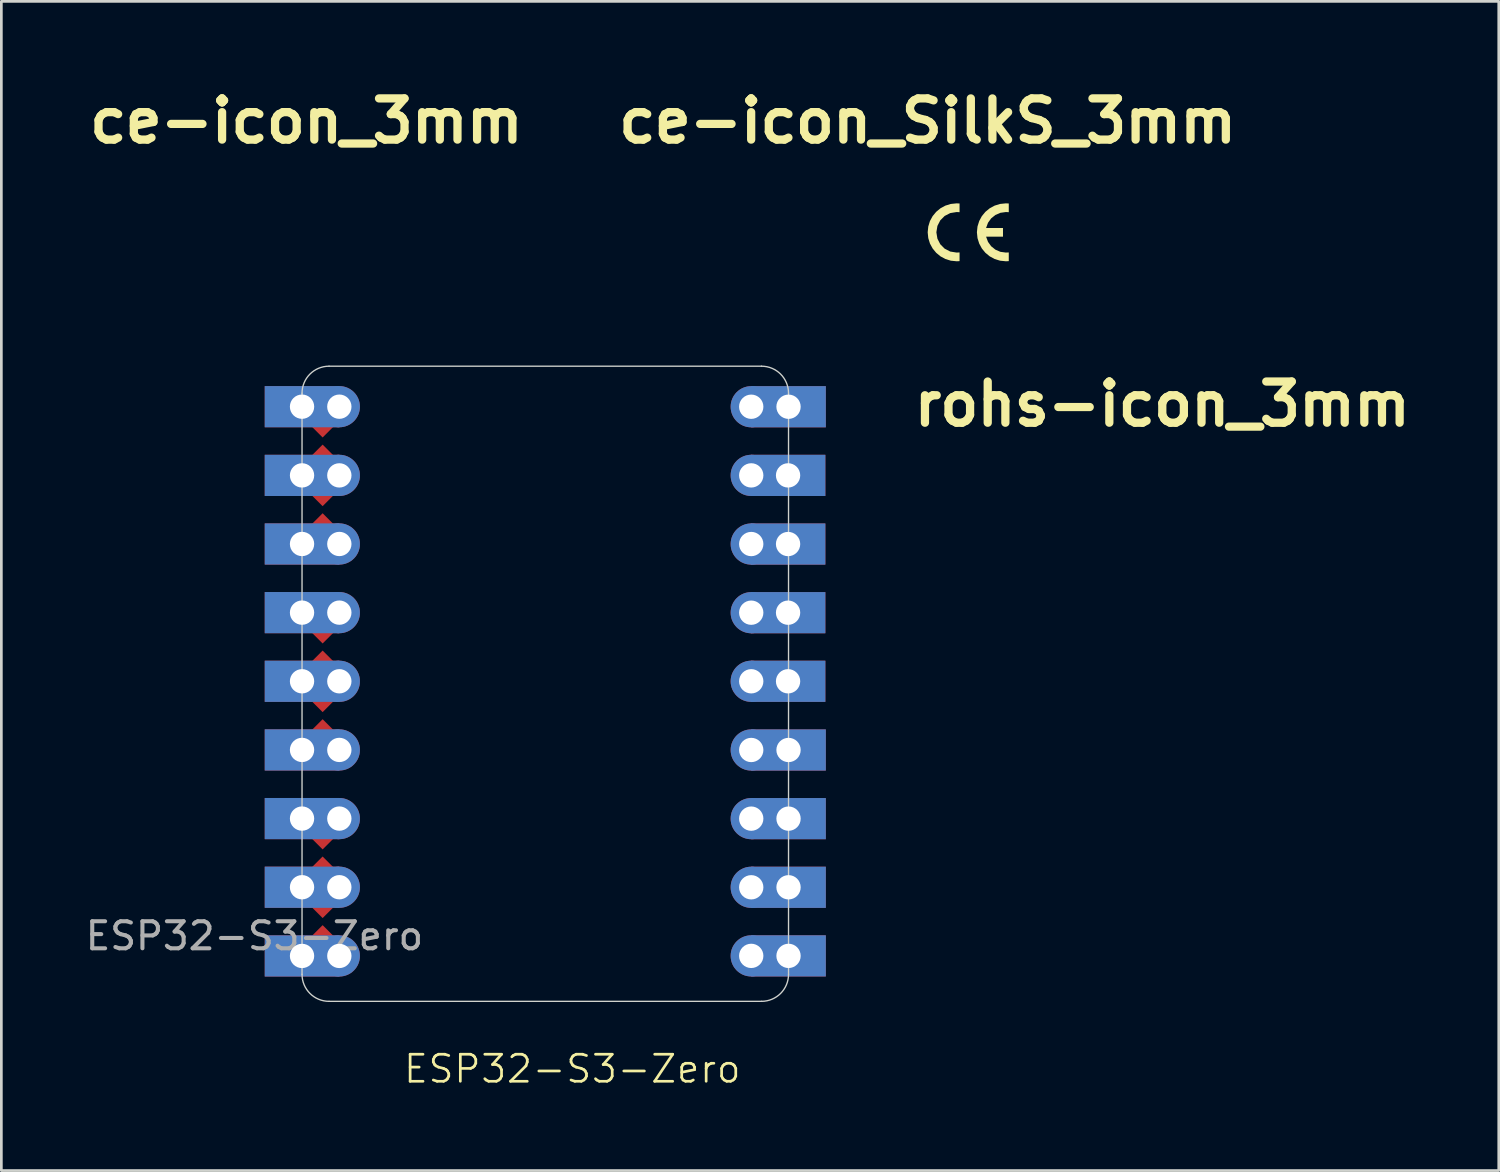
<source format=kicad_pcb>
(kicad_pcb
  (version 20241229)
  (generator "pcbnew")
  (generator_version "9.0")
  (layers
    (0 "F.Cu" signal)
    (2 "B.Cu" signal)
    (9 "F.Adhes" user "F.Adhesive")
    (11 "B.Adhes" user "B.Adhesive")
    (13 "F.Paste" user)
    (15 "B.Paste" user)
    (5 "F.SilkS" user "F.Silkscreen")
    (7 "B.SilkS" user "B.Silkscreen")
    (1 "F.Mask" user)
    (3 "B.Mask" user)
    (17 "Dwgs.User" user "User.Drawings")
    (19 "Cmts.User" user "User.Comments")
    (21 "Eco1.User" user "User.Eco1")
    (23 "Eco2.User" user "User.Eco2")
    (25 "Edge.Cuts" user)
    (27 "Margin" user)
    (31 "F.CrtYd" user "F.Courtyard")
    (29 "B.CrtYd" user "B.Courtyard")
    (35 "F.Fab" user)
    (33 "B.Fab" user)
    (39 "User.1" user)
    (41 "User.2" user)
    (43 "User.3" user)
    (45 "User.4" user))
  (footprint "ce-icon_SilkS_3mm"
    (layer "F.Cu")
    (at 31.274 4.474)
    (property "Reference" "ce-icon_SilkS_3mm" (at 0 -3.048 0) (layer "F.SilkS") (effects (font (size 1.524 1.524) (thickness 0.305))))
    (attr exclude_from_pos_files exclude_from_bom)
    (fp_poly (pts (xy 1.179 2.138) (xy 1.071 2.143) (xy 0.855 2.121) (xy 0.654 2.059) (xy 0.472 1.96) (xy 0.314 1.829) (xy 0.183 1.67) (xy 0.084 1.488) (xy 0.022 1.287) (xy 0 1.071) (xy 0.022 0.855) (xy 0.084 0.654) (xy 0.183 0.472) (xy 0.314 0.314) (xy 0.472 0.183) (xy 0.654 0.084) (xy 0.855 0.022) (xy 1.071 0) (xy 1.179 0.005) (xy 1.179 0.327) (xy 1.071 0.321) (xy 0.834 0.36) (xy 0.628 0.466) (xy 0.466 0.628) (xy 0.36 0.834) (xy 0.321 1.071) (xy 0.36 1.308) (xy 0.466 1.514) (xy 0.628 1.677) (xy 0.834 1.783) (xy 1.071 1.821) (xy 1.179 1.816) (xy 1.179 2.138)) (stroke (width 0) (type solid)) (fill yes) (layer "F.SilkS"))
    (fp_poly (pts (xy 3 2.138) (xy 2.893 2.143) (xy 2.677 2.121) (xy 2.476 2.059) (xy 2.294 1.96) (xy 2.135 1.829) (xy 2.004 1.67) (xy 1.906 1.488) (xy 1.843 1.287) (xy 1.821 1.071) (xy 1.843 0.855) (xy 1.906 0.654) (xy 2.004 0.472) (xy 2.135 0.314) (xy 2.294 0.183) (xy 2.476 0.084) (xy 2.677 0.022) (xy 2.893 0) (xy 3 0.005) (xy 3 0.327) (xy 2.893 0.321) (xy 2.689 0.35) (xy 2.505 0.43) (xy 2.349 0.555) (xy 2.232 0.717) (xy 2.16 0.911) (xy 2.786 0.911) (xy 2.786 1.232) (xy 2.16 1.232) (xy 2.232 1.426) (xy 2.349 1.588) (xy 2.505 1.713) (xy 2.689 1.793) (xy 2.893 1.821) (xy 3 1.816) (xy 3 2.138)) (stroke (width 0) (type solid)) (fill yes) (layer "F.SilkS")))
  (footprint "ce-icon_3mm"
    (layer "F.Cu")
    (at 8.288 4.474)
    (property "Reference" "ce-icon_3mm" (at 0 -3.048 0) (layer "F.SilkS") (effects (font (size 1.524 1.524) (thickness 0.305))))
    (attr exclude_from_pos_files exclude_from_bom)
    (fp_poly (pts (xy 1.65 2.993) (xy 1.5 3) (xy 1.257 2.98) (xy 1.026 2.924) (xy 0.811 2.833) (xy 0.614 2.711) (xy 0.439 2.561) (xy 0.289 2.386) (xy 0.167 2.189) (xy 0.076 1.974) (xy 0.02 1.743) (xy 0 1.5) (xy 0.02 1.257) (xy 0.076 1.026) (xy 0.167 0.811) (xy 0.289 0.614) (xy 0.439 0.439) (xy 0.614 0.289) (xy 0.811 0.167) (xy 1.026 0.076) (xy 1.257 0.02) (xy 1.5 0) (xy 1.65 0.007) (xy 1.65 0.458) (xy 1.5 0.45) (xy 1.259 0.478) (xy 1.038 0.557) (xy 0.843 0.681) (xy 0.681 0.843) (xy 0.557 1.038) (xy 0.478 1.259) (xy 0.45 1.5) (xy 0.478 1.741) (xy 0.557 1.962) (xy 0.681 2.157) (xy 0.843 2.319) (xy 1.038 2.443) (xy 1.259 2.522) (xy 1.5 2.55) (xy 1.65 2.542) (xy 1.65 2.993)) (stroke (width 0) (type solid)) (fill yes) (layer "F.Mask"))
    (fp_poly (pts (xy 4.2 2.993) (xy 4.05 3) (xy 3.807 2.98) (xy 3.576 2.924) (xy 3.361 2.833) (xy 3.164 2.711) (xy 2.989 2.561) (xy 2.839 2.386) (xy 2.717 2.189) (xy 2.626 1.974) (xy 2.57 1.743) (xy 2.55 1.5) (xy 2.57 1.257) (xy 2.626 1.026) (xy 2.717 0.811) (xy 2.839 0.614) (xy 2.989 0.439) (xy 3.164 0.289) (xy 3.361 0.167) (xy 3.576 0.076) (xy 3.807 0.02) (xy 4.05 0) (xy 4.2 0.007) (xy 4.2 0.458) (xy 4.05 0.45) (xy 3.81 0.478) (xy 3.588 0.557) (xy 3.392 0.682) (xy 3.228 0.847) (xy 3.103 1.047) (xy 3.024 1.275) (xy 3.9 1.275) (xy 3.9 1.725) (xy 3.024 1.725) (xy 3.103 1.953) (xy 3.228 2.153) (xy 3.392 2.318) (xy 3.588 2.443) (xy 3.81 2.522) (xy 4.05 2.55) (xy 4.2 2.542) (xy 4.2 2.993)) (stroke (width 0) (type solid)) (fill yes) (layer "F.Mask")))
  (footprint "rohs-icon_3mm"
    (layer "F.Cu")
    (at 39.954 14.979)
    (property "Reference" "rohs-icon_3mm" (at 0 -3.078 0) (layer "F.SilkS") (effects (font (size 1.524 1.524) (thickness 0.305))))
    (attr exclude_from_pos_files exclude_from_bom)
    (fp_poly (pts (xy 1.573 2.219) (xy 1.573 1.935) (xy 1.646 1.935) (xy 1.646 2.167) (xy 1.862 2.167) (xy 1.862 1.935) (xy 1.935 1.935) (xy 1.935 2.502) (xy 1.863 2.502) (xy 1.862 2.366) (xy 1.861 2.23) (xy 1.647 2.23) (xy 1.646 2.366) (xy 1.646 2.502) (xy 1.573 2.502) (xy 1.573 2.219)) (stroke (width 0) (type solid)) (fill yes) (layer "F.Mask"))
    (fp_poly (pts (xy 1.223 2.503) (xy 1.158 2.461) (xy 1.106 2.309) (xy 1.177 2.1) (xy 1.377 2.089) (xy 1.438 2.156) (xy 1.463 2.332) (xy 1.357 2.499) (xy 1.259 2.502) (xy 1.259 2.453) (xy 1.333 2.444) (xy 1.384 2.375) (xy 1.386 2.207) (xy 1.285 2.125) (xy 1.198 2.173) (xy 1.195 2.4) (xy 1.259 2.453) (xy 1.259 2.502) (xy 1.223 2.503)) (stroke (width 0) (type solid)) (fill yes) (layer "F.Mask"))
    (fp_poly (pts (xy 2.136 2.504) (xy 2.08 2.489) (xy 2.049 2.478) (xy 2.049 2.401) (xy 2.09 2.421) (xy 2.233 2.451) (xy 2.323 2.398) (xy 2.314 2.29) (xy 2.21 2.245) (xy 2.084 2.193) (xy 2.043 2.086) (xy 2.09 1.976) (xy 2.228 1.927) (xy 2.349 1.947) (xy 2.372 1.955) (xy 2.372 1.991) (xy 2.369 2.026) (xy 2.341 2.012) (xy 2.2 1.988) (xy 2.118 2.05) (xy 2.125 2.127) (xy 2.23 2.176) (xy 2.39 2.276) (xy 2.401 2.348) (xy 2.389 2.423) (xy 2.278 2.504) (xy 2.136 2.504)) (stroke (width 0) (type solid)) (fill yes) (layer "F.Mask"))
    (fp_poly (pts (xy 0.637 2.218) (xy 0.637 1.934) (xy 0.743 1.936) (xy 0.905 1.958) (xy 0.983 2.071) (xy 0.887 2.228) (xy 0.868 2.233) (xy 0.888 2.242) (xy 1.01 2.425) (xy 1.048 2.502) (xy 0.97 2.502) (xy 0.929 2.414) (xy 0.874 2.307) (xy 0.747 2.259) (xy 0.713 2.259) (xy 0.713 2.502) (xy 0.713 2.202) (xy 0.76 2.202) (xy 0.83 2.197) (xy 0.895 2.157) (xy 0.905 2.101) (xy 0.896 2.046) (xy 0.835 2) (xy 0.764 1.996) (xy 0.713 1.996) (xy 0.713 2.202) (xy 0.713 2.502) (xy 0.637 2.502) (xy 0.637 2.218)) (stroke (width 0) (type solid)) (fill yes) (layer "F.Mask"))
    (fp_poly (pts (xy 1.318 1.919) (xy 1.216 1.769) (xy 1.127 1.667) (xy 0.975 1.524) (xy 0.826 1.385) (xy 1.015 1.219) (xy 1.144 1.135) (xy 1.16 1.135) (xy 1.18 1.182) (xy 1.253 1.348) (xy 1.301 1.449) (xy 1.341 1.469) (xy 1.445 1.267) (xy 1.531 1.086) (xy 1.626 0.903) (xy 1.735 0.721) (xy 1.83 0.584) (xy 1.96 0.45) (xy 2.048 0.383) (xy 2.022 0.399) (xy 2.067 0.417) (xy 2.057 0.601) (xy 2.063 0.878) (xy 2.025 1.01) (xy 1.878 1.145) (xy 1.757 1.293) (xy 1.614 1.494) (xy 1.501 1.677) (xy 1.404 1.861) (xy 1.362 1.943) (xy 1.318 1.919)) (stroke (width 0) (type solid)) (fill yes) (layer "F.Mask"))
    (fp_poly (pts (xy 1.394 2.998) (xy 1.202 2.972) (xy 1.034 2.928) (xy 0.806 2.832) (xy 0.597 2.701) (xy 0.412 2.536) (xy 0.256 2.342) (xy 0.14 2.141) (xy 0.059 1.926) (xy 0.009 1.693) (xy 0.000004 1.505) (xy 0.017 1.253) (xy 0.08 1.008) (xy 0.181 0.78) (xy 0.319 0.573) (xy 0.488 0.391) (xy 0.687 0.238) (xy 0.912 0.119) (xy 1.124 0.047) (xy 1.344 0.008) (xy 1.569 0.002) (xy 1.794 0.029) (xy 2.027 0.096) (xy 2.243 0.198) (xy 2.439 0.333) (xy 2.612 0.496) (xy 2.757 0.684) (xy 2.871 0.895) (xy 2.95 1.125) (xy 2.991 1.357) (xy 2.995 1.592) (xy 2.963 1.824) (xy 2.895 2.049) (xy 2.783 2.275) (xy 2.638 2.476) (xy 2.461 2.65) (xy 2.259 2.793) (xy 2.035 2.902) (xy 1.794 2.972) (xy 1.646 2.994) (xy 1.491 3) (xy 1.402 2.998) (xy 1.402 2.898) (xy 1.64 2.894) (xy 1.882 2.847) (xy 2.111 2.759) (xy 2.32 2.633) (xy 2.505 2.47) (xy 2.66 2.276) (xy 2.765 2.088) (xy 2.838 1.887) (xy 2.879 1.678) (xy 2.888 1.465) (xy 2.864 1.252) (xy 2.808 1.044) (xy 2.712 0.834) (xy 2.585 0.646) (xy 2.428 0.479) (xy 2.242 0.339) (xy 2.118 0.27) (xy 1.988 0.212) (xy 1.765 0.15) (xy 1.54 0.125) (xy 1.316 0.136) (xy 1.098 0.184) (xy 0.889 0.266) (xy 0.695 0.382) (xy 0.519 0.531) (xy 0.373 0.703) (xy 0.258 0.894) (xy 0.176 1.099) (xy 0.127 1.315) (xy 0.113 1.538) (xy 0.135 1.764) (xy 0.189 1.968) (xy 0.275 2.164) (xy 0.39 2.344) (xy 0.511 2.484) (xy 0.702 2.648) (xy 0.917 2.772) (xy 1.151 2.856) (xy 1.402 2.898) (xy 1.402 2.998) (xy 1.394 2.998)) (stroke (width 0) (type solid)) (fill yes) (layer "F.Mask")))
  (footprint "ESP32-S3-Zero"
    (layer "F.Cu")
    (at 8.125 27.999)
    (property "Reference" "ESP32-S3-Zero" (at 10 8.5 0) (unlocked yes) (layer "F.SilkS") (effects (font (size 1 1) (thickness 0.1))))
    (attr through_hole)
    (fp_line (start 0 5) (end 0 -16.5) (stroke (width 0.05) (type default)) (layer "Edge.Cuts"))
    (fp_line (start 17 -17.5) (end 1 -17.5) (stroke (width 0.05) (type default)) (layer "Edge.Cuts"))
    (fp_line (start 17 6) (end 1 6) (stroke (width 0.05) (type default)) (layer "Edge.Cuts"))
    (fp_line (start 18 -16.5) (end 18 5) (stroke (width 0.05) (type default)) (layer "Edge.Cuts"))
    (fp_arc (start 0 -16.5) (mid 0.292893 -17.207107) (end 1 -17.5) (stroke (width 0.05) (type default)) (layer "Edge.Cuts"))
    (fp_arc (start 1 6) (mid 0.292893 5.707107) (end 0 5) (stroke (width 0.05) (type default)) (layer "Edge.Cuts"))
    (fp_arc (start 17 -17.5) (mid 17.707107 -17.207107) (end 18 -16.5) (stroke (width 0.05) (type default)) (layer "Edge.Cuts"))
    (fp_arc (start 18 5) (mid 17.707107 5.707107) (end 17 6) (stroke (width 0.05) (type default)) (layer "Edge.Cuts"))
    (fp_text user "${REFERENCE}" (at -1.762 3.582 0) (unlocked yes) (layer "F.Fab") (effects (font (size 1 1) (thickness 0.15))))
    (pad "1" thru_hole rect (at 0 -16.002) (size 2.76 1.524) (drill 0.9) (layers "*.Cu" "*.Mask"))
    (pad "1" smd trapezoid (at 0.762 -15.113 180) (size 0.5 0.5) (rect_delta 0 0.5) (layers "F.Cu" "F.Mask" "F.Paste"))
    (pad "1" thru_hole circle (at 1.38 -16.002) (size 1.524 1.524) (drill 0.9) (layers "*.Cu" "*.Mask"))
    (pad "2" thru_hole rect (at 0 -13.46) (size 2.76 1.524) (drill 0.9) (layers "*.Cu" "*.Mask"))
    (pad "2" smd trapezoid (at 0.762 -14.349) (size 0.5 0.5) (rect_delta 0 0.5) (layers "F.Cu" "F.Mask" "F.Paste"))
    (pad "2" smd trapezoid (at 0.762 -12.571 180) (size 0.5 0.5) (rect_delta 0 0.5) (layers "F.Cu" "F.Mask" "F.Paste"))
    (pad "2" thru_hole circle (at 1.38 -13.46) (size 1.524 1.524) (drill 0.9) (layers "*.Cu" "*.Mask"))
    (pad "3" thru_hole rect (at 0 -10.922) (size 2.76 1.524) (drill 0.9) (layers "*.Cu" "*.Mask"))
    (pad "3" smd trapezoid (at 0.762 -11.809) (size 0.5 0.5) (rect_delta 0 0.5) (layers "F.Cu" "F.Mask" "F.Paste"))
    (pad "3" thru_hole circle (at 1.38 -10.922) (size 1.524 1.524) (drill 0.9) (layers "*.Cu" "*.Mask"))
    (pad "4" thru_hole rect (at 0 -8.382) (size 2.76 1.524) (drill 0.9) (layers "*.Cu" "*.Mask"))
    (pad "4" smd trapezoid (at 0.762 -7.491 180) (size 0.5 0.5) (rect_delta 0 0.5) (layers "F.Cu" "F.Mask" "F.Paste"))
    (pad "4" thru_hole circle (at 1.38 -8.382) (size 1.524 1.524) (drill 0.9) (layers "*.Cu" "*.Mask"))
    (pad "5" thru_hole rect (at 0 -5.842) (size 2.76 1.524) (drill 0.9) (layers "*.Cu" "*.Mask"))
    (pad "5" smd trapezoid (at 0.762 -6.729) (size 0.5 0.5) (rect_delta 0 0.5) (layers "F.Cu" "F.Mask" "F.Paste"))
    (pad "5" smd trapezoid (at 0.762 -4.951 180) (size 0.5 0.5) (rect_delta 0 0.5) (layers "F.Cu" "F.Mask" "F.Paste"))
    (pad "5" thru_hole circle (at 1.38 -5.842) (size 1.524 1.524) (drill 0.9) (layers "*.Cu" "*.Mask"))
    (pad "6" thru_hole rect (at 0 -3.302) (size 2.76 1.524) (drill 0.9) (layers "*.Cu" "*.Mask"))
    (pad "6" smd trapezoid (at 0.762 -4.189) (size 0.5 0.5) (rect_delta 0 0.5) (layers "F.Cu" "F.Mask" "F.Paste"))
    (pad "6" thru_hole circle (at 1.38 -3.302) (size 1.524 1.524) (drill 0.9) (layers "*.Cu" "*.Mask"))
    (pad "7" thru_hole rect (at 0 -0.762) (size 2.76 1.524) (drill 0.9) (layers "*.Cu" "*.Mask"))
    (pad "7" smd trapezoid (at 0.762 0.129 180) (size 0.5 0.5) (rect_delta 0 0.5) (layers "F.Cu" "F.Mask" "F.Paste"))
    (pad "7" thru_hole circle (at 1.38 -0.762) (size 1.524 1.524) (drill 0.9) (layers "*.Cu" "*.Mask"))
    (pad "8" thru_hole rect (at 0 1.778) (size 2.76 1.524) (drill 0.9) (layers "*.Cu" "*.Mask"))
    (pad "8" smd trapezoid (at 0.762 0.891) (size 0.5 0.5) (rect_delta 0 0.5) (layers "F.Cu" "F.Mask" "F.Paste"))
    (pad "8" smd trapezoid (at 0.762 2.669 180) (size 0.5 0.5) (rect_delta 0 0.5) (layers "F.Cu" "F.Mask" "F.Paste"))
    (pad "8" thru_hole circle (at 1.38 1.778) (size 1.524 1.524) (drill 0.9) (layers "*.Cu" "*.Mask"))
    (pad "9" thru_hole rect (at 0 4.32) (size 2.76 1.524) (drill 0.9) (layers "*.Cu" "*.Mask"))
    (pad "9" smd trapezoid (at 0.762 3.431) (size 0.5 0.5) (rect_delta 0 0.5) (layers "F.Cu" "F.Mask" "F.Paste"))
    (pad "9" thru_hole circle (at 1.38 4.32) (size 1.524 1.524) (drill 0.9) (layers "*.Cu" "*.Mask"))
    (pad "10" thru_hole circle (at 16.62 4.318 180) (size 1.524 1.524) (drill 0.9) (layers "*.Cu" "*.Mask"))
    (pad "10" thru_hole rect (at 18 4.318 180) (size 2.76 1.524) (drill 0.9) (layers "*.Cu" "*.Mask"))
    (pad "11" thru_hole circle (at 16.62 1.78 180) (size 1.524 1.524) (drill 0.9) (layers "*.Cu" "*.Mask"))
    (pad "11" thru_hole rect (at 18 1.78 180) (size 2.76 1.524) (drill 0.9) (layers "*.Cu" "*.Mask"))
    (pad "12" thru_hole circle (at 16.62 -0.76 180) (size 1.524 1.524) (drill 0.9) (layers "*.Cu" "*.Mask"))
    (pad "12" thru_hole rect (at 18 -0.76 180) (size 2.76 1.524) (drill 0.9) (layers "*.Cu" "*.Mask"))
    (pad "13" thru_hole circle (at 16.62 -3.3 180) (size 1.524 1.524) (drill 0.9) (layers "*.Cu" "*.Mask"))
    (pad "13" thru_hole rect (at 18 -3.3 180) (size 2.76 1.524) (drill 0.9) (layers "*.Cu" "*.Mask"))
    (pad "14" thru_hole circle (at 16.62 -5.842 180) (size 1.524 1.524) (drill 0.9) (layers "*.Cu" "*.Mask"))
    (pad "14" thru_hole rect (at 17.983 -5.842 180) (size 2.76 1.524) (drill 0.9) (layers "*.Cu" "*.Mask"))
    (pad "15" thru_hole circle (at 16.62 -8.38 180) (size 1.524 1.524) (drill 0.9) (layers "*.Cu" "*.Mask"))
    (pad "15" thru_hole rect (at 17.983 -8.38 180) (size 2.76 1.524) (drill 0.9) (layers "*.Cu" "*.Mask"))
    (pad "16" thru_hole circle (at 16.62 -10.92 180) (size 1.524 1.524) (drill 0.9) (layers "*.Cu" "*.Mask"))
    (pad "16" thru_hole rect (at 17.983 -10.92 180) (size 2.76 1.524) (drill 0.9) (layers "*.Cu" "*.Mask"))
    (pad "17" thru_hole circle (at 16.62 -13.46 180) (size 1.524 1.524) (drill 0.9) (layers "*.Cu" "*.Mask"))
    (pad "17" thru_hole rect (at 17.983 -13.46 180) (size 2.76 1.524) (drill 0.9) (layers "*.Cu" "*.Mask"))
    (pad "18" thru_hole circle (at 16.62 -16 180) (size 1.524 1.524) (drill 0.9) (layers "*.Cu" "*.Mask"))
    (pad "18" thru_hole rect (at 18 -16 180) (size 2.76 1.524) (drill 0.9) (layers "*.Cu" "*.Mask")))
  (gr_rect
    (start -3 -3)
    (end 52.403 40.26)
    (stroke (width 0.1) (type default))
    (fill no)
    (layer "Edge.Cuts")))
</source>
